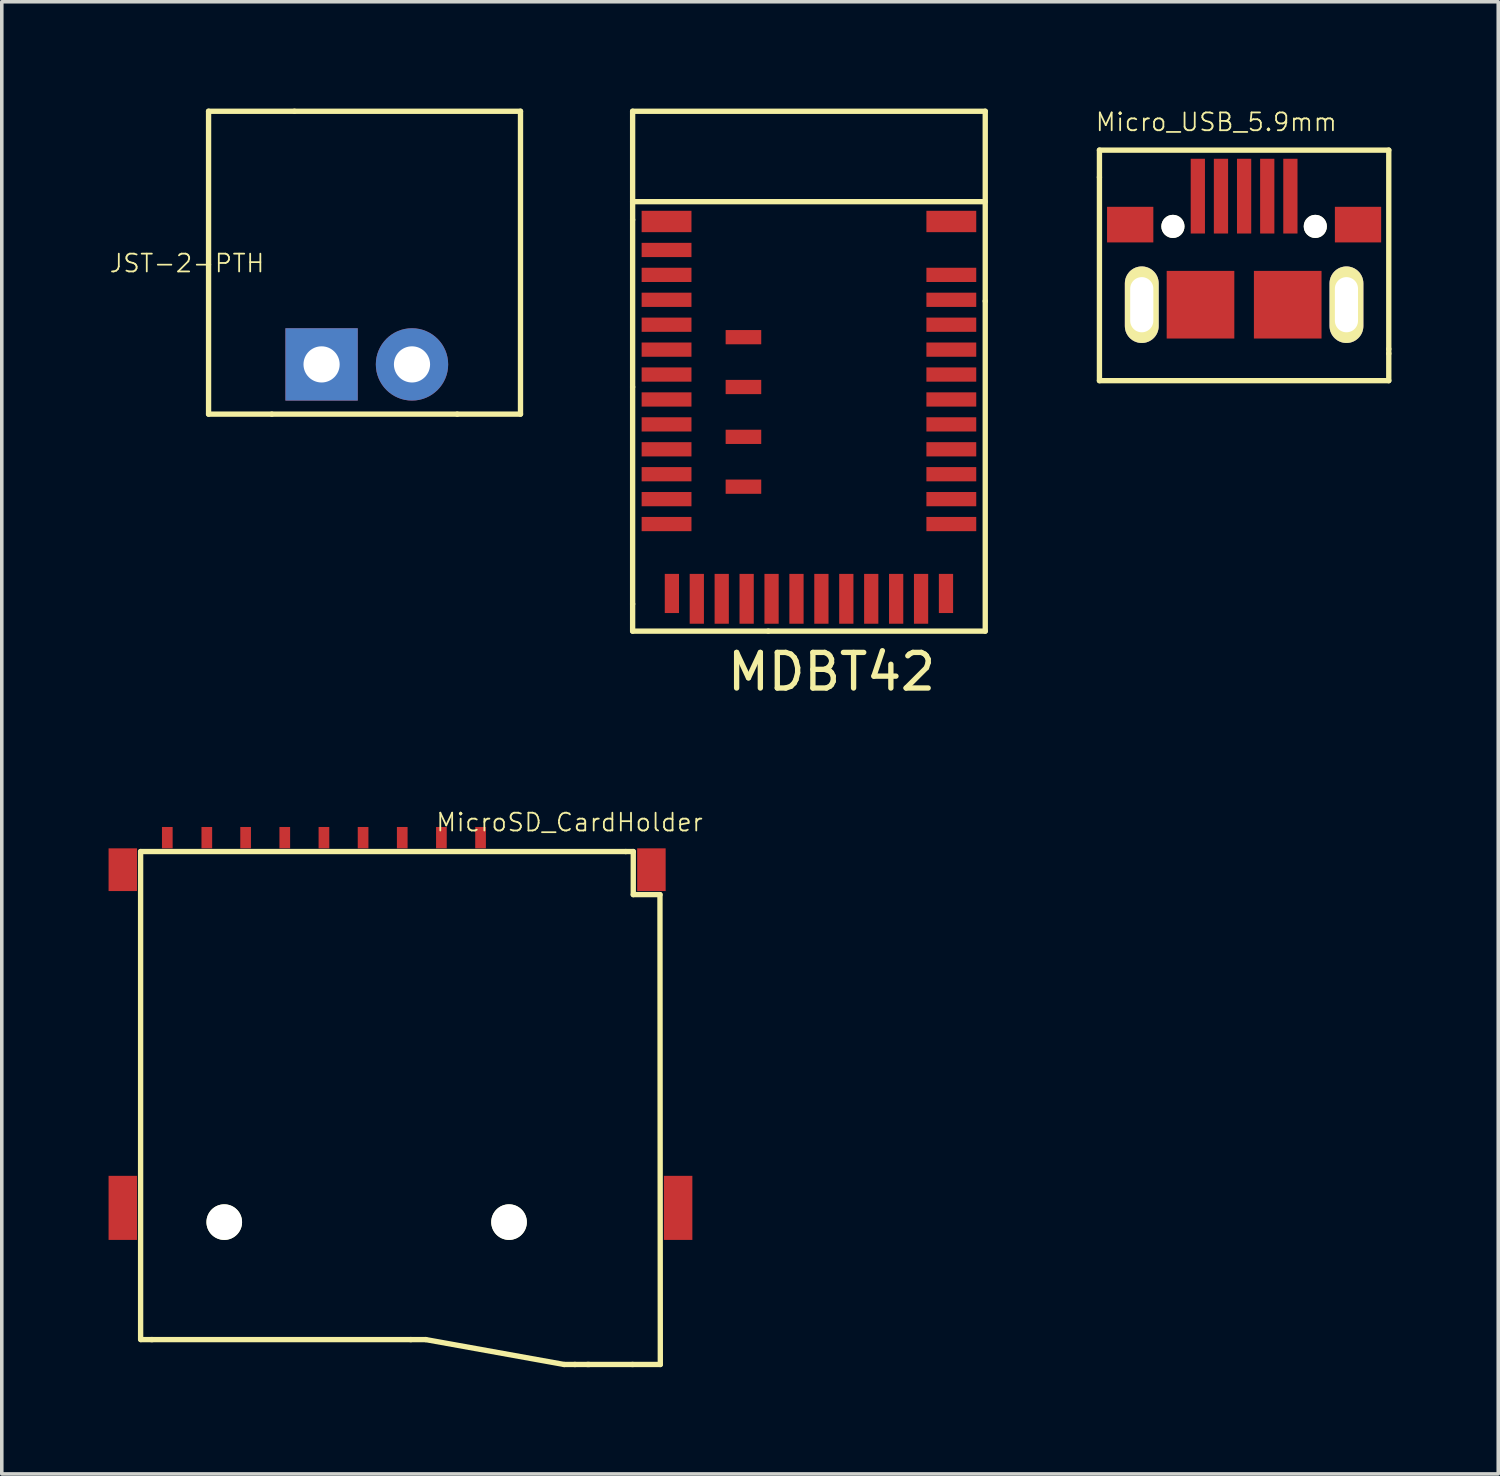
<source format=kicad_pcb>
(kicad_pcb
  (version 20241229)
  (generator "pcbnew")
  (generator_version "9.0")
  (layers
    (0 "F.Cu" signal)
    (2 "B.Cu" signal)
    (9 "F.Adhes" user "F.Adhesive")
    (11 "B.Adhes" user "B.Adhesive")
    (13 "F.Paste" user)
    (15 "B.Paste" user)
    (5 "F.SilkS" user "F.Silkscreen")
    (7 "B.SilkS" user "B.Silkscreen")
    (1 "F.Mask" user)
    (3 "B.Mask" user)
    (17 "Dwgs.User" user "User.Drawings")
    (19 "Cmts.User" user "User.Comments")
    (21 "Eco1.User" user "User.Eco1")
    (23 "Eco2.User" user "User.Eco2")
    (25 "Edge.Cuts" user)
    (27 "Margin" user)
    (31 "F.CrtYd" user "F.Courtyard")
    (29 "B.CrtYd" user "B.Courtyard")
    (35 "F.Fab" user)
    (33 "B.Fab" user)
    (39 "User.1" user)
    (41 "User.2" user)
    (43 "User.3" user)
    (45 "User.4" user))
  (footprint "JST-2-PTH"
    (layer "F.Cu")
    (at 7.254 7.187)
    (property "Reference" "JST-2-PTH" (at -5.05 -2.84 180) (layer "F.SilkS") (effects (font (size 0.5 0.5) (thickness 0.05))))
    (attr through_hole)
    (fp_line (start -4.445 -7.112) (end -2.032 -7.112) (stroke (width 0.15) (type solid)) (layer "F.SilkS"))
    (fp_line (start -4.445 1.397) (end -4.445 -7.112) (stroke (width 0.15) (type solid)) (layer "F.SilkS"))
    (fp_line (start -2.667 1.397) (end -4.445 1.397) (stroke (width 0.15) (type solid)) (layer "F.SilkS"))
    (fp_line (start 2.54 1.397) (end -2.667 1.397) (stroke (width 0.15) (type solid)) (layer "F.SilkS"))
    (fp_line (start 2.54 1.397) (end 4.318 1.397) (stroke (width 0.15) (type solid)) (layer "F.SilkS"))
    (fp_line (start 4.318 -7.112) (end -2.032 -7.112) (stroke (width 0.15) (type solid)) (layer "F.SilkS"))
    (fp_line (start 4.318 1.397) (end 4.318 -7.112) (stroke (width 0.15) (type solid)) (layer "F.SilkS"))
    (pad "1" thru_hole rect (at -1.27 0) (size 2.032 2.032) (drill 1.016) (layers "*.Cu" "*.Mask"))
    (pad "2" thru_hole circle (at 1.27 0) (size 2.032 2.032) (drill 1.016) (layers "*.Cu" "*.Mask")))
  (footprint "MDBT42"
    (layer "F.Cu")
    (at 19.675 14.172)
    (property "Reference" "MDBT42" (at 0.635 1.651 0) (layer "F.SilkS") (effects (font (size 1 1) (thickness 0.15))))
    (attr through_hole)
    (fp_line (start -4.953 -11.557) (end 4.953 -11.557) (stroke (width 0.15) (type solid)) (layer "F.SilkS"))
    (fp_line (start -4.953 -11.049) (end -4.953 -14.097) (stroke (width 0.15) (type solid)) (layer "F.SilkS"))
    (fp_line (start -4.953 -11.049) (end -4.953 -6.35) (stroke (width 0.15) (type solid)) (layer "F.SilkS"))
    (fp_line (start -4.953 -6.35) (end -4.953 -0.254) (stroke (width 0.15) (type solid)) (layer "F.SilkS"))
    (fp_line (start -4.953 -0.254) (end -4.953 0.508) (stroke (width 0.15) (type solid)) (layer "F.SilkS"))
    (fp_line (start -4.953 0.508) (end -1.143 0.508) (stroke (width 0.15) (type solid)) (layer "F.SilkS"))
    (fp_line (start 4.953 -14.097) (end -4.953 -14.097) (stroke (width 0.15) (type solid)) (layer "F.SilkS"))
    (fp_line (start 4.953 -8.763) (end 4.953 -14.097) (stroke (width 0.15) (type solid)) (layer "F.SilkS"))
    (fp_line (start 4.953 -8.763) (end 4.953 0.508) (stroke (width 0.15) (type solid)) (layer "F.SilkS"))
    (fp_line (start 4.953 0.508) (end -1.143 0.508) (stroke (width 0.15) (type solid)) (layer "F.SilkS"))
    (pad "1" smd rect (at -4 -11) (size 1.4 0.6) (layers "F.Cu" "F.Mask" "F.Paste"))
    (pad "2" smd rect (at -4 -10.2) (size 1.4 0.4) (layers "F.Cu" "F.Mask" "F.Paste"))
    (pad "3" smd rect (at -4 -9.5) (size 1.4 0.4) (layers "F.Cu" "F.Mask" "F.Paste"))
    (pad "4" smd rect (at -4 -8.8) (size 1.4 0.4) (layers "F.Cu" "F.Mask" "F.Paste"))
    (pad "5" smd rect (at -4 -8.1) (size 1.4 0.4) (layers "F.Cu" "F.Mask" "F.Paste"))
    (pad "6" smd rect (at -4 -7.4) (size 1.4 0.4) (layers "F.Cu" "F.Mask" "F.Paste"))
    (pad "7" smd rect (at -4 -6.7) (size 1.4 0.4) (layers "F.Cu" "F.Mask" "F.Paste"))
    (pad "8" smd rect (at -4 -6) (size 1.4 0.4) (layers "F.Cu" "F.Mask" "F.Paste"))
    (pad "9" smd rect (at -4 -5.3) (size 1.4 0.4) (layers "F.Cu" "F.Mask" "F.Paste"))
    (pad "10" smd rect (at -4 -4.6) (size 1.4 0.4) (layers "F.Cu" "F.Mask" "F.Paste"))
    (pad "11" smd rect (at -4 -3.9) (size 1.4 0.4) (layers "F.Cu" "F.Mask" "F.Paste"))
    (pad "12" smd rect (at -4 -3.2) (size 1.4 0.4) (layers "F.Cu" "F.Mask" "F.Paste"))
    (pad "13" smd rect (at -4 -2.5) (size 1.4 0.4) (layers "F.Cu" "F.Mask" "F.Paste"))
    (pad "14" smd rect (at -3.85 -0.55) (size 0.4 1.1) (layers "F.Cu" "F.Mask" "F.Paste"))
    (pad "15" smd rect (at -3.15 -0.4) (size 0.4 1.4) (layers "F.Cu" "F.Mask" "F.Paste"))
    (pad "16" smd rect (at -2.45 -0.4) (size 0.4 1.4) (layers "F.Cu" "F.Mask" "F.Paste"))
    (pad "17" smd rect (at -1.75 -0.4) (size 0.4 1.4) (layers "F.Cu" "F.Mask" "F.Paste"))
    (pad "18" smd rect (at -1.05 -0.4) (size 0.4 1.4) (layers "F.Cu" "F.Mask" "F.Paste"))
    (pad "19" smd rect (at -0.35 -0.4) (size 0.4 1.4) (layers "F.Cu" "F.Mask" "F.Paste"))
    (pad "20" smd rect (at 0.35 -0.4) (size 0.4 1.4) (layers "F.Cu" "F.Mask" "F.Paste"))
    (pad "21" smd rect (at 1.05 -0.4) (size 0.4 1.4) (layers "F.Cu" "F.Mask" "F.Paste"))
    (pad "22" smd rect (at 1.75 -0.4) (size 0.4 1.4) (layers "F.Cu" "F.Mask" "F.Paste"))
    (pad "23" smd rect (at 2.45 -0.4) (size 0.4 1.4) (layers "F.Cu" "F.Mask" "F.Paste"))
    (pad "24" smd rect (at 3.15 -0.4) (size 0.4 1.4) (layers "F.Cu" "F.Mask" "F.Paste"))
    (pad "25" smd rect (at 3.85 -0.55) (size 0.4 1.1) (layers "F.Cu" "F.Mask" "F.Paste"))
    (pad "26" smd rect (at 4 -2.5) (size 1.4 0.4) (layers "F.Cu" "F.Mask" "F.Paste"))
    (pad "27" smd rect (at 4 -3.2) (size 1.4 0.4) (layers "F.Cu" "F.Mask" "F.Paste"))
    (pad "28" smd rect (at 4 -3.9) (size 1.4 0.4) (layers "F.Cu" "F.Mask" "F.Paste"))
    (pad "29" smd rect (at 4 -4.6) (size 1.4 0.4) (layers "F.Cu" "F.Mask" "F.Paste"))
    (pad "30" smd rect (at 4 -5.3) (size 1.4 0.4) (layers "F.Cu" "F.Mask" "F.Paste"))
    (pad "31" smd rect (at 4 -6) (size 1.4 0.4) (layers "F.Cu" "F.Mask" "F.Paste"))
    (pad "32" smd rect (at 4 -6.7) (size 1.4 0.4) (layers "F.Cu" "F.Mask" "F.Paste"))
    (pad "33" smd rect (at 4 -7.4) (size 1.4 0.4) (layers "F.Cu" "F.Mask" "F.Paste"))
    (pad "34" smd rect (at 4 -8.1) (size 1.4 0.4) (layers "F.Cu" "F.Mask" "F.Paste"))
    (pad "35" smd rect (at 4 -8.8) (size 1.4 0.4) (layers "F.Cu" "F.Mask" "F.Paste"))
    (pad "36" smd rect (at 4 -9.5) (size 1.4 0.4) (layers "F.Cu" "F.Mask" "F.Paste"))
    (pad "37" smd rect (at 4 -11) (size 1.4 0.6) (layers "F.Cu" "F.Mask" "F.Paste"))
    (pad "38" smd rect (at -1.84 -7.75) (size 1 0.4) (layers "F.Cu" "F.Mask" "F.Paste"))
    (pad "39" smd rect (at -1.84 -6.35) (size 1 0.4) (layers "F.Cu" "F.Mask" "F.Paste"))
    (pad "40" smd rect (at -1.84 -4.95) (size 1 0.4) (layers "F.Cu" "F.Mask" "F.Paste"))
    (pad "41" smd rect (at -1.84 -3.55) (size 1 0.4) (layers "F.Cu" "F.Mask" "F.Paste")))
  (footprint "Micro_USB_5.9mm"
    (layer "F.Cu")
    (at 31.9 2.31)
    (property "Reference" "Micro_USB_5.9mm" (at -0.78 -1.93 180) (layer "F.SilkS") (effects (font (size 0.5 0.5) (thickness 0.05))))
    (attr through_hole)
    (fp_line (start -4.064 -1.143) (end 4.064 -1.143) (stroke (width 0.15) (type solid)) (layer "F.SilkS"))
    (fp_line (start -4.064 -0.381) (end -4.064 -1.143) (stroke (width 0.15) (type solid)) (layer "F.SilkS"))
    (fp_line (start -4.064 5.334) (end -4.064 -0.381) (stroke (width 0.15) (type solid)) (layer "F.SilkS"))
    (fp_line (start 4.064 -1.143) (end 4.064 4.445) (stroke (width 0.15) (type solid)) (layer "F.SilkS"))
    (fp_line (start 4.064 4.445) (end 4.064 4.572) (stroke (width 0.15) (type solid)) (layer "F.SilkS"))
    (fp_line (start 4.064 4.572) (end 4.064 5.334) (stroke (width 0.15) (type solid)) (layer "F.SilkS"))
    (fp_line (start 4.064 5.334) (end -4.064 5.334) (stroke (width 0.15) (type solid)) (layer "F.SilkS"))
    (pad "" smd rect (at -3.2 0.95) (size 1.3 1) (layers "F.Cu" "F.Mask" "F.Paste"))
    (pad "" np_thru_hole oval (at -2.875 3.2) (size 0.95 2.15) (drill oval 0.65 1.55) (layers "*.Cu" "*.Mask" "F.SilkS"))
    (pad "" np_thru_hole circle (at -2 1) (size 0.65 0.65) (drill 0.65) (layers "*.Cu" "*.Mask" "F.SilkS"))
    (pad "" smd rect (at -1.225 3.2) (size 1.9 1.9) (layers "F.Cu" "F.Mask" "F.Paste"))
    (pad "" smd rect (at 1.225 3.2) (size 1.9 1.9) (layers "F.Cu" "F.Mask" "F.Paste"))
    (pad "" np_thru_hole circle (at 2 1) (size 0.65 0.65) (drill 0.65) (layers "*.Cu" "*.Mask" "F.SilkS"))
    (pad "" np_thru_hole oval (at 2.875 3.2) (size 0.95 2.15) (drill oval 0.65 1.55) (layers "*.Cu" "*.Mask" "F.SilkS"))
    (pad "" smd rect (at 3.2 0.95) (size 1.3 1) (layers "F.Cu" "F.Mask" "F.Paste"))
    (pad "1" smd rect (at -1.3 0.15) (size 0.4 2.1) (layers "F.Cu" "F.Mask" "F.Paste"))
    (pad "2" smd rect (at -0.65 0.15) (size 0.4 2.1) (layers "F.Cu" "F.Mask" "F.Paste"))
    (pad "3" smd rect (at 0 0.15) (size 0.4 2.1) (layers "F.Cu" "F.Mask" "F.Paste"))
    (pad "4" smd rect (at 0.65 0.15) (size 0.4 2.1) (layers "F.Cu" "F.Mask" "F.Paste"))
    (pad "5" smd rect (at 1.3 0.15) (size 0.4 2.1) (layers "F.Cu" "F.Mask" "F.Paste")))
  (footprint "MicroSD_CardHolder"
    (layer "F.Cu")
    (at 8.2 20.482)
    (property "Reference" "MicroSD_CardHolder" (at 4.75 -0.43 0) (layer "F.SilkS") (effects (font (size 0.5 0.5) (thickness 0.05))))
    (attr through_hole)
    (fp_line (start -7.3 0.39) (end -7.3 14.1) (stroke (width 0.15) (type solid)) (layer "F.SilkS"))
    (fp_line (start -7.29 14.1) (end -6.97 14.1) (stroke (width 0.15) (type solid)) (layer "F.SilkS"))
    (fp_line (start -7 14.1) (end 0.3 14.1) (stroke (width 0.15) (type solid)) (layer "F.SilkS"))
    (fp_line (start 0.28 14.1) (end 0.71 14.1) (stroke (width 0.15) (type solid)) (layer "F.SilkS"))
    (fp_line (start 4.6 14.8) (end 0.71 14.1) (stroke (width 0.15) (type solid)) (layer "F.SilkS"))
    (fp_line (start 4.89 14.8) (end 5.3 14.8) (stroke (width 0.15) (type solid)) (layer "F.SilkS"))
    (fp_line (start 4.91 14.8) (end 4.6 14.8) (stroke (width 0.15) (type solid)) (layer "F.SilkS"))
    (fp_line (start 6.33 0.39) (end -7.3 0.39) (stroke (width 0.15) (type solid)) (layer "F.SilkS"))
    (fp_line (start 6.51 14.8) (end 7.3 14.8) (stroke (width 0.15) (type solid)) (layer "F.SilkS"))
    (fp_line (start 6.53 14.8) (end 5.25 14.8) (stroke (width 0.15) (type solid)) (layer "F.SilkS"))
    (fp_line (start 6.54 0.39) (end 6.33 0.39) (stroke (width 0.15) (type solid)) (layer "F.SilkS"))
    (fp_line (start 6.54 1.6) (end 6.54 0.39) (stroke (width 0.15) (type solid)) (layer "F.SilkS"))
    (fp_line (start 6.54 1.6) (end 7.29 1.6) (stroke (width 0.15) (type solid)) (layer "F.SilkS"))
    (fp_line (start 7.3 14.8) (end 7.29 1.6) (stroke (width 0.15) (type solid)) (layer "F.SilkS"))
    (pad "" smd rect (at -7.8 10.4) (size 0.8 1.8) (layers "F.Cu" "F.Mask" "F.Paste"))
    (pad "" np_thru_hole circle (at -4.95 10.8) (size 1 1) (drill 1) (layers "*.Cu" "*.Mask" "F.SilkS"))
    (pad "" np_thru_hole circle (at 3.05 10.8) (size 1 1) (drill 1) (layers "*.Cu" "*.Mask" "F.SilkS"))
    (pad "" smd rect (at 7.05 0.9) (size 0.8 1.2) (layers "F.Cu" "F.Mask" "F.Paste"))
    (pad "" smd rect (at 7.8 10.4) (size 0.8 1.8) (layers "F.Cu" "F.Mask" "F.Paste"))
    (pad "1" smd rect (at 2.25 0) (size 0.3 0.6) (layers "F.Cu" "F.Mask" "F.Paste"))
    (pad "2" smd rect (at 1.15 0) (size 0.3 0.6) (layers "F.Cu" "F.Mask" "F.Paste"))
    (pad "3" smd rect (at 0.05 0) (size 0.3 0.6) (layers "F.Cu" "F.Mask" "F.Paste"))
    (pad "4" smd rect (at -1.05 0) (size 0.3 0.6) (layers "F.Cu" "F.Mask" "F.Paste"))
    (pad "5" smd rect (at -2.15 0) (size 0.3 0.6) (layers "F.Cu" "F.Mask" "F.Paste"))
    (pad "6" smd rect (at -3.25 0) (size 0.3 0.6) (layers "F.Cu" "F.Mask" "F.Paste"))
    (pad "7" smd rect (at -4.35 0) (size 0.3 0.6) (layers "F.Cu" "F.Mask" "F.Paste"))
    (pad "8" smd rect (at -5.44 0) (size 0.3 0.6) (layers "F.Cu" "F.Mask" "F.Paste"))
    (pad "9" smd rect (at -6.55 0) (size 0.3 0.6) (layers "F.Cu" "F.Mask" "F.Paste"))
    (pad "10" smd rect (at -7.8 0.9) (size 0.8 1.2) (layers "F.Cu" "F.Mask" "F.Paste")))
  (gr_rect
    (start -3 -3)
    (end 39.039 38.356)
    (stroke (width 0.1) (type default))
    (fill no)
    (layer "Edge.Cuts")))
</source>
